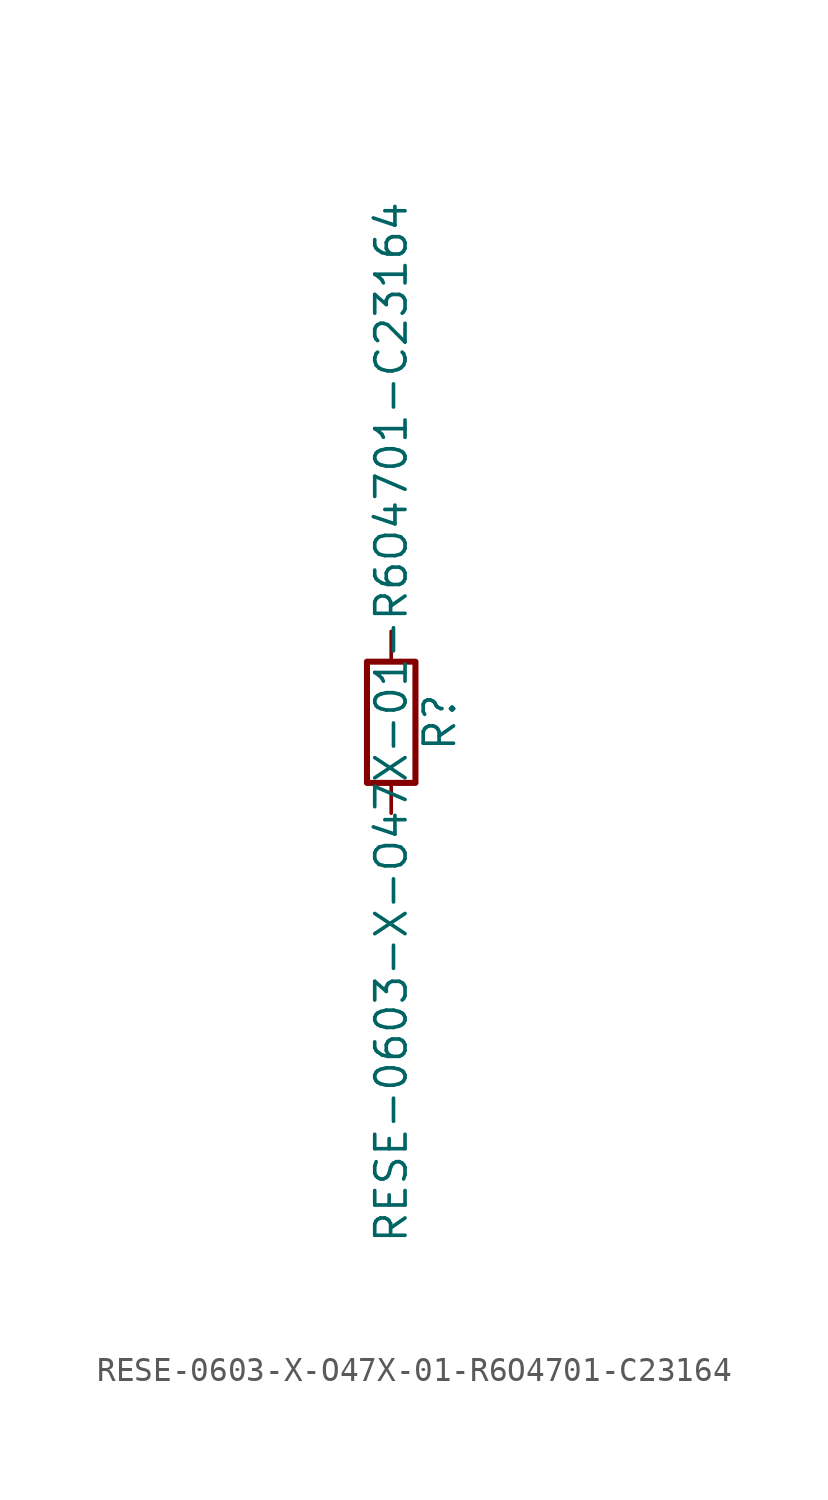
<source format=kicad_sym>
(kicad_symbol_lib
  (version 20211014)
  (generator kicad_symbol_editor)
  (symbol "RESE-0603-X-O47X-01-R6O4701-C23164"
    (pin_numbers hide)
    (pin_names
      (offset 0))
    (property "Reference" "R"
      (at 2.032 0 90)
      (effects (font (size 1.27 1.27))))
    (property "Value" "RESE-0603-X-O47X-01-R6O4701-C23164"
      (at 0 0 90)
      (effects (font (size 1.27 1.27))))
    (symbol "RESE-0603-X-O47X-01-R6O4701-C23164_0_1"
      (rectangle (start -1.016 -2.54) (end 1.016 2.54) (stroke (width 0.254) (type default) (color 0 0 0 0)) (fill (type none))))
    (symbol "RESE-0603-X-O47X-01-R6O4701-C23164_1_1"
      (pin passive line (at 0 3.81 270) (length 1.27) (name "~" (effects (font (size 1.27 1.27)))) (number "1" (effects (font (size 1.27 1.27)))))
      (pin passive line (at 0 -3.81 90) (length 1.27) (name "~" (effects (font (size 1.27 1.27)))) (number "2" (effects (font (size 1.27 1.27))))))))
</source>
